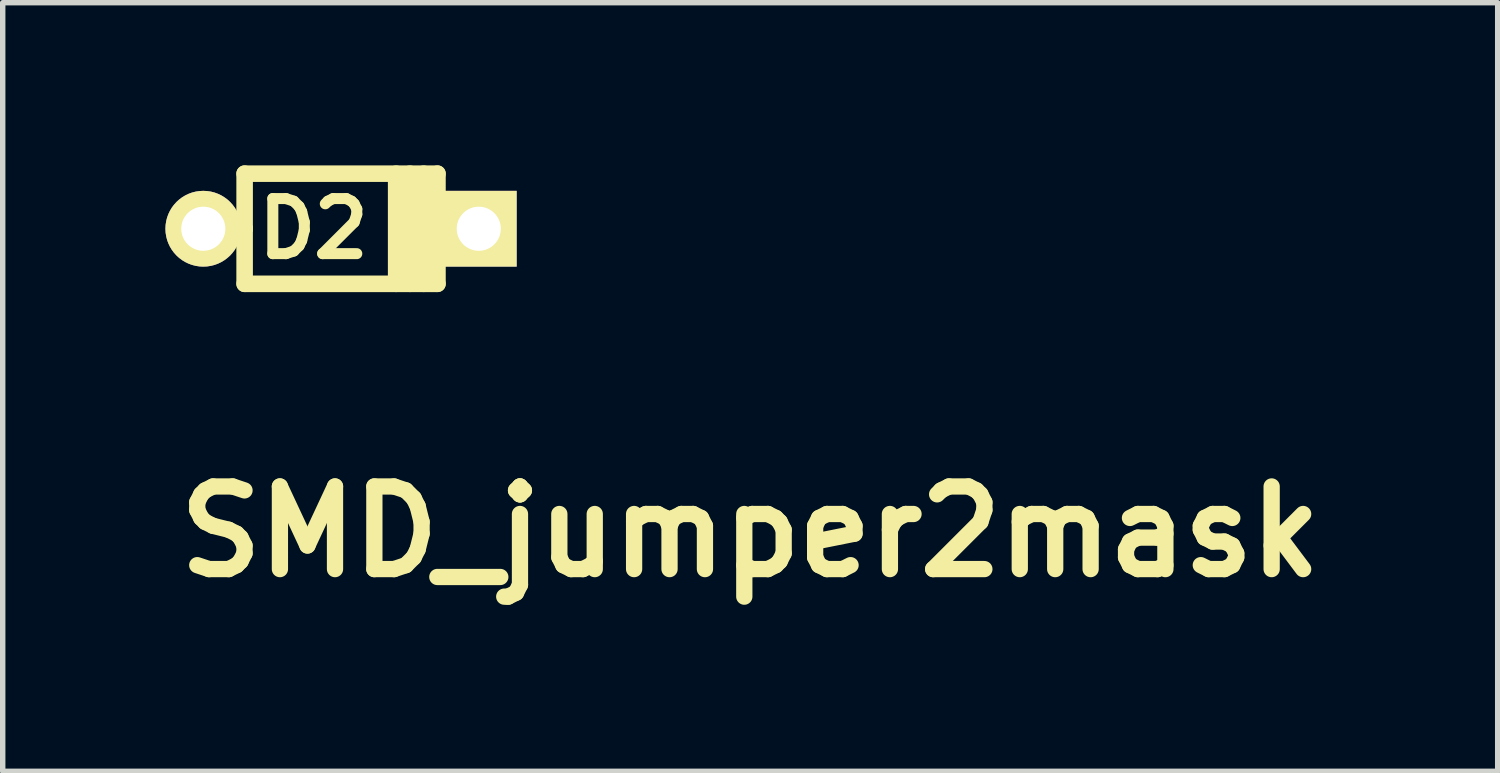
<source format=kicad_pcb>
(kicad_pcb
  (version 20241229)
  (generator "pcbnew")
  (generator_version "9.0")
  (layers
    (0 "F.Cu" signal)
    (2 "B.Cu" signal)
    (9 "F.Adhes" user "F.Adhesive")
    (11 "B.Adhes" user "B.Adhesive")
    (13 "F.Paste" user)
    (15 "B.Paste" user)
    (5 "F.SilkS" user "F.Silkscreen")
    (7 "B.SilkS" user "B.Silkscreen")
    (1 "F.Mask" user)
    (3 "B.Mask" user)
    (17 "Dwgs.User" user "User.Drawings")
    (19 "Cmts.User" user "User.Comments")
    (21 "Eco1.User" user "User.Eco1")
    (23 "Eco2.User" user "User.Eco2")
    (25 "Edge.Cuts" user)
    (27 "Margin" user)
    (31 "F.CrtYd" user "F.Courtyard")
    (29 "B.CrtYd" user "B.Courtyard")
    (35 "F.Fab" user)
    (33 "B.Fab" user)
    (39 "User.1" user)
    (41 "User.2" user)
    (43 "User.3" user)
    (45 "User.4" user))
  (footprint "SMD_jumper2mask"
    (layer "F.Cu")
    (at 10.784 6.755)
    (property "Reference" "SMD_jumper2mask" (at 0 0 0) (layer "F.SilkS") (effects (font (size 1.524 1.524) (thickness 0.3))))
    (attr through_hole)
    (fp_poly (pts (xy 0.123 -0.634) (xy 0.213 -0.632) (xy 0.279 -0.626) (xy 0.33 -0.617) (xy 0.374 -0.602) (xy 0.413 -0.584) (xy 0.538 -0.504) (xy 0.645 -0.395) (xy 0.718 -0.275) (xy 0.75 -0.166) (xy 0.764 -0.036) (xy 0.759 0.099) (xy 0.735 0.223) (xy 0.711 0.286) (xy 0.631 0.411) (xy 0.522 0.518) (xy 0.402 0.591) (xy 0.358 0.609) (xy 0.31 0.621) (xy 0.249 0.628) (xy 0.167 0.632) (xy 0.056 0.634) (xy 0 0.634) (xy -0.126 0.633) (xy -0.219 0.63) (xy -0.287 0.624) (xy -0.339 0.614) (xy -0.384 0.599) (xy -0.402 0.591) (xy -0.527 0.513) (xy -0.635 0.406) (xy -0.711 0.286) (xy -0.746 0.177) (xy -0.763 0.046) (xy -0.761 -0.089) (xy -0.74 -0.213) (xy -0.718 -0.275) (xy -0.64 -0.4) (xy -0.533 -0.508) (xy -0.413 -0.584) (xy -0.367 -0.604) (xy -0.323 -0.618) (xy -0.271 -0.627) (xy -0.202 -0.632) (xy -0.107 -0.634) (xy 0 -0.635) (xy 0.123 -0.634)) (stroke (width 0.01) (type solid)) (fill yes) (layer "F.Mask")))
  (footprint "D2"
    (layer "F.Cu")
    (at 3.239 1.168)
    (property "Reference" "D2" (at -0.508 0 0) (layer "F.SilkS") (effects (font (size 1.016 1.016) (thickness 0.203))))
    (attr through_hole)
    (fp_line (start -1.778 -1.016) (end -1.778 0) (stroke (width 0.305) (type solid)) (layer "F.SilkS"))
    (fp_line (start -1.778 0) (end -2.54 0) (stroke (width 0.305) (type solid)) (layer "F.SilkS"))
    (fp_line (start -1.778 0) (end -1.778 1.016) (stroke (width 0.305) (type solid)) (layer "F.SilkS"))
    (fp_line (start -1.778 1.016) (end 1.778 1.016) (stroke (width 0.305) (type solid)) (layer "F.SilkS"))
    (fp_line (start 1.016 1.016) (end 1.016 -1.016) (stroke (width 0.305) (type solid)) (layer "F.SilkS"))
    (fp_line (start 1.27 -1.016) (end 1.27 1.016) (stroke (width 0.305) (type solid)) (layer "F.SilkS"))
    (fp_line (start 1.524 -1.016) (end 1.524 1.016) (stroke (width 0.305) (type solid)) (layer "F.SilkS"))
    (fp_line (start 1.778 -1.016) (end -1.778 -1.016) (stroke (width 0.305) (type solid)) (layer "F.SilkS"))
    (fp_line (start 1.778 0) (end 1.778 -1.016) (stroke (width 0.305) (type solid)) (layer "F.SilkS"))
    (fp_line (start 1.778 1.016) (end 1.778 0) (stroke (width 0.305) (type solid)) (layer "F.SilkS"))
    (fp_line (start 2.54 0) (end 1.778 0) (stroke (width 0.305) (type solid)) (layer "F.SilkS"))
    (pad "1" thru_hole circle (at -2.54 0) (size 1.397 1.397) (drill 0.813) (layers "*.Cu" "*.Mask" "F.SilkS"))
    (pad "2" thru_hole rect (at 2.54 0) (size 1.397 1.397) (drill 0.813) (layers "*.Cu" "*.Mask" "F.SilkS")))
  (gr_rect
    (start -3 -3)
    (end 24.568 11.173)
    (stroke (width 0.1) (type default))
    (fill no)
    (layer "Edge.Cuts")))
</source>
